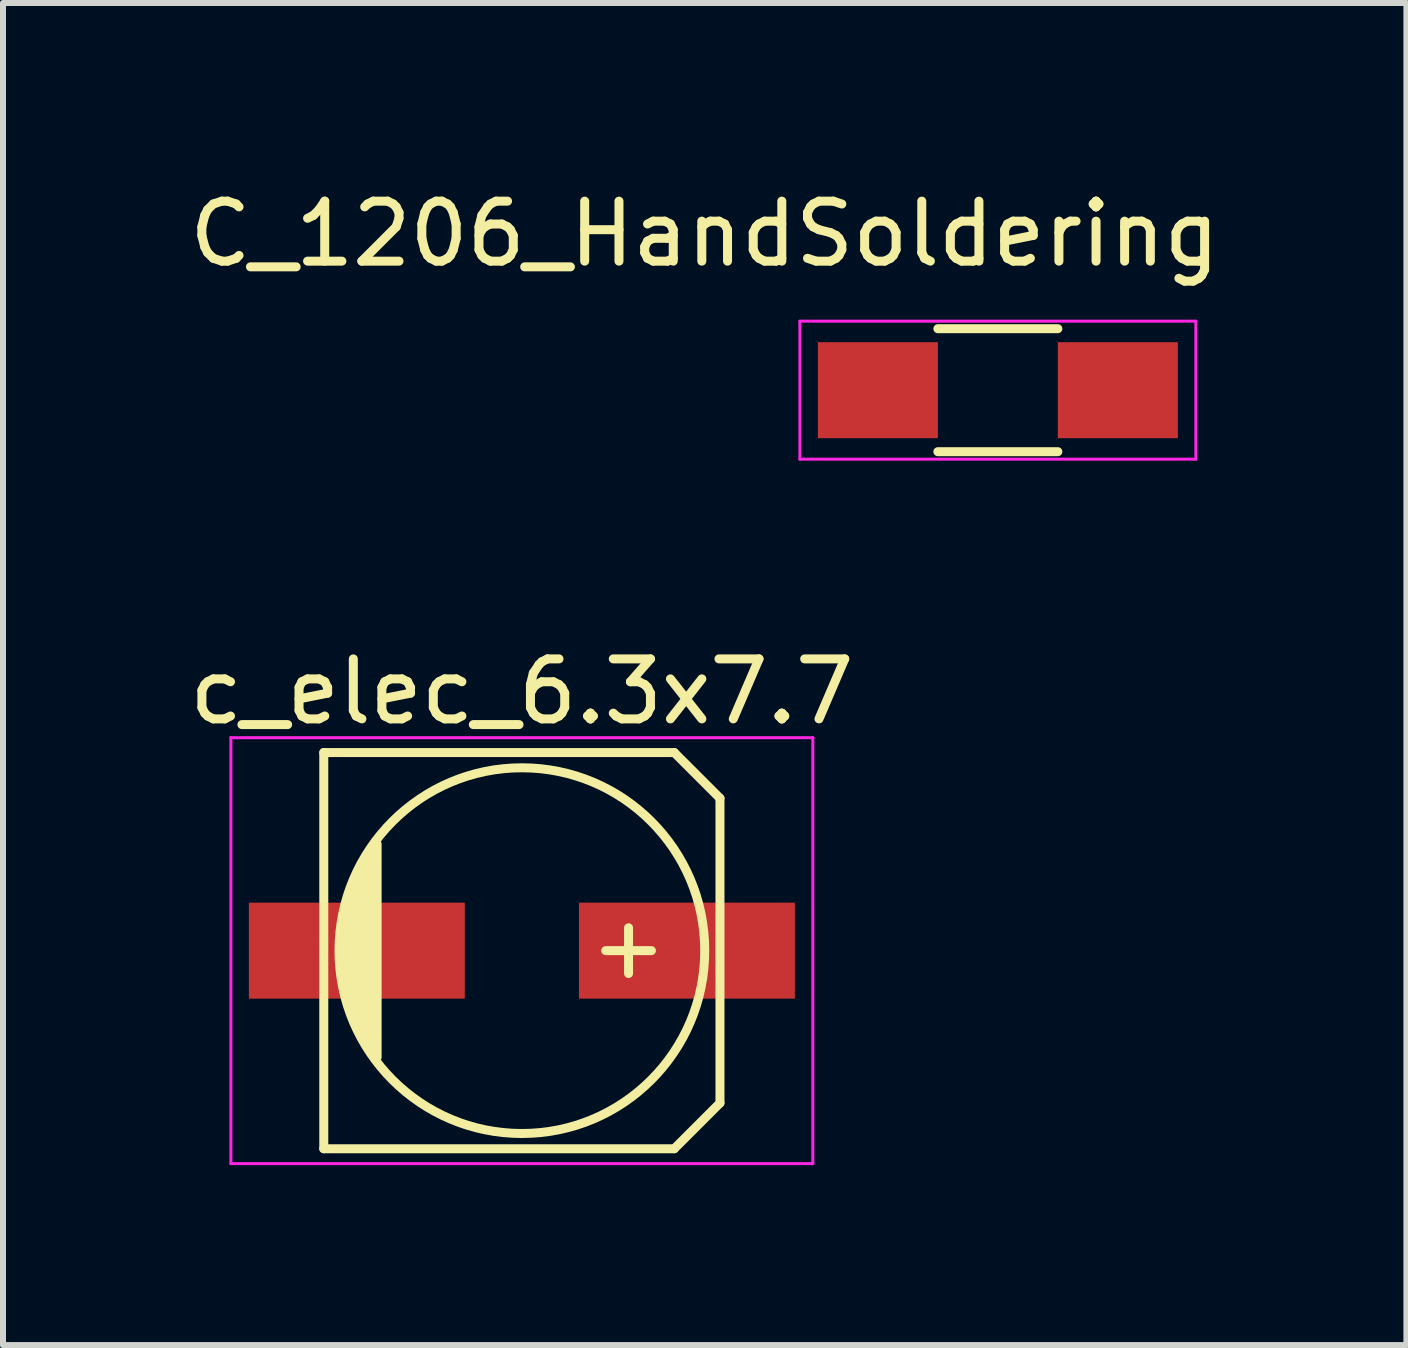
<source format=kicad_pcb>
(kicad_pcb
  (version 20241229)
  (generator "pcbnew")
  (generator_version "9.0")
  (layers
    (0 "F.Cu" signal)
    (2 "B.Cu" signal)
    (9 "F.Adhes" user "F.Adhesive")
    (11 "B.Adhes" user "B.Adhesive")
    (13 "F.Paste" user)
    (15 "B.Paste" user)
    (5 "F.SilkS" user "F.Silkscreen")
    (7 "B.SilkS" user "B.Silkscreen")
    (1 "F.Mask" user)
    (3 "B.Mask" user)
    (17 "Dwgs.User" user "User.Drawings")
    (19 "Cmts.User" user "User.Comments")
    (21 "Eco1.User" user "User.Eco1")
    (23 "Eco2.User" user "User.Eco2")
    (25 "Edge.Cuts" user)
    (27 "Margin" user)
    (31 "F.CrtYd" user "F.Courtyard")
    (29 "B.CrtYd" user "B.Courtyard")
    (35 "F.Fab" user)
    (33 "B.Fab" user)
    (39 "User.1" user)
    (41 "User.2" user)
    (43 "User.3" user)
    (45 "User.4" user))
  (footprint "c_elec_6.3x7.7"
    (layer "F.Cu")
    (at 5.649 12.796)
    (property "Reference" "c_elec_6.3x7.7" (at 0 -4.318 0) (layer "F.SilkS") (effects (font (size 1 1) (thickness 0.15))))
    (attr smd)
    (fp_line (start -3.302 -3.302) (end -3.302 3.302) (stroke (width 0.15) (type solid)) (layer "F.SilkS"))
    (fp_line (start -3.302 3.302) (end 2.54 3.302) (stroke (width 0.15) (type solid)) (layer "F.SilkS"))
    (fp_line (start -2.921 -0.762) (end -2.921 0.762) (stroke (width 0.15) (type solid)) (layer "F.SilkS"))
    (fp_line (start -2.794 1.143) (end -2.794 -1.143) (stroke (width 0.15) (type solid)) (layer "F.SilkS"))
    (fp_line (start -2.667 -1.397) (end -2.667 1.397) (stroke (width 0.15) (type solid)) (layer "F.SilkS"))
    (fp_line (start -2.54 1.651) (end -2.54 -1.651) (stroke (width 0.15) (type solid)) (layer "F.SilkS"))
    (fp_line (start -2.413 -1.778) (end -2.413 1.778) (stroke (width 0.15) (type solid)) (layer "F.SilkS"))
    (fp_line (start 1.778 -0.381) (end 1.778 0.381) (stroke (width 0.15) (type solid)) (layer "F.SilkS"))
    (fp_line (start 2.159 0) (end 1.397 0) (stroke (width 0.15) (type solid)) (layer "F.SilkS"))
    (fp_line (start 2.54 -3.302) (end -3.302 -3.302) (stroke (width 0.15) (type solid)) (layer "F.SilkS"))
    (fp_line (start 2.54 3.302) (end 3.302 2.54) (stroke (width 0.15) (type solid)) (layer "F.SilkS"))
    (fp_line (start 3.302 -2.54) (end 2.54 -3.302) (stroke (width 0.15) (type solid)) (layer "F.SilkS"))
    (fp_line (start 3.302 2.54) (end 3.302 -2.54) (stroke (width 0.15) (type solid)) (layer "F.SilkS"))
    (fp_circle (center 0 0) (end -3.048 0) (stroke (width 0.15) (type solid)) (fill no) (layer "F.SilkS"))
    (fp_line (start -4.85 -3.55) (end 4.85 -3.55) (stroke (width 0.05) (type solid)) (layer "F.CrtYd"))
    (fp_line (start -4.85 3.55) (end -4.85 -3.55) (stroke (width 0.05) (type solid)) (layer "F.CrtYd"))
    (fp_line (start 4.85 -3.55) (end 4.85 3.55) (stroke (width 0.05) (type solid)) (layer "F.CrtYd"))
    (fp_line (start 4.85 3.55) (end -4.85 3.55) (stroke (width 0.05) (type solid)) (layer "F.CrtYd"))
    (pad "1" smd rect (at 2.751 0) (size 3.599 1.6) (layers "F.Cu" "F.Mask" "F.Paste"))
    (pad "2" smd rect (at -2.751 0) (size 3.599 1.6) (layers "F.Cu" "F.Mask" "F.Paste")))
  (footprint "C_1206_HandSoldering"
    (layer "F.Cu")
    (at 13.583 3.454)
    (property "Reference" "C_1206_HandSoldering" (at -4.887 -2.606 0) (layer "F.SilkS") (effects (font (size 1 1) (thickness 0.15))))
    (attr smd)
    (fp_line (start -1 1.025) (end 1 1.025) (stroke (width 0.15) (type solid)) (layer "F.SilkS"))
    (fp_line (start 1 -1.025) (end -1 -1.025) (stroke (width 0.15) (type solid)) (layer "F.SilkS"))
    (fp_line (start -3.3 -1.15) (end -3.3 1.15) (stroke (width 0.05) (type solid)) (layer "F.CrtYd"))
    (fp_line (start -3.3 -1.15) (end 3.3 -1.15) (stroke (width 0.05) (type solid)) (layer "F.CrtYd"))
    (fp_line (start -3.3 1.15) (end 3.3 1.15) (stroke (width 0.05) (type solid)) (layer "F.CrtYd"))
    (fp_line (start 3.3 -1.15) (end 3.3 1.15) (stroke (width 0.05) (type solid)) (layer "F.CrtYd"))
    (pad "1" smd rect (at -2 0) (size 2 1.6) (layers "F.Cu" "F.Mask" "F.Paste"))
    (pad "2" smd rect (at 2 0) (size 2 1.6) (layers "F.Cu" "F.Mask" "F.Paste")))
  (gr_rect
    (start -3 -3)
    (end 20.393 19.371)
    (stroke (width 0.1) (type default))
    (fill no)
    (layer "Edge.Cuts")))
</source>
